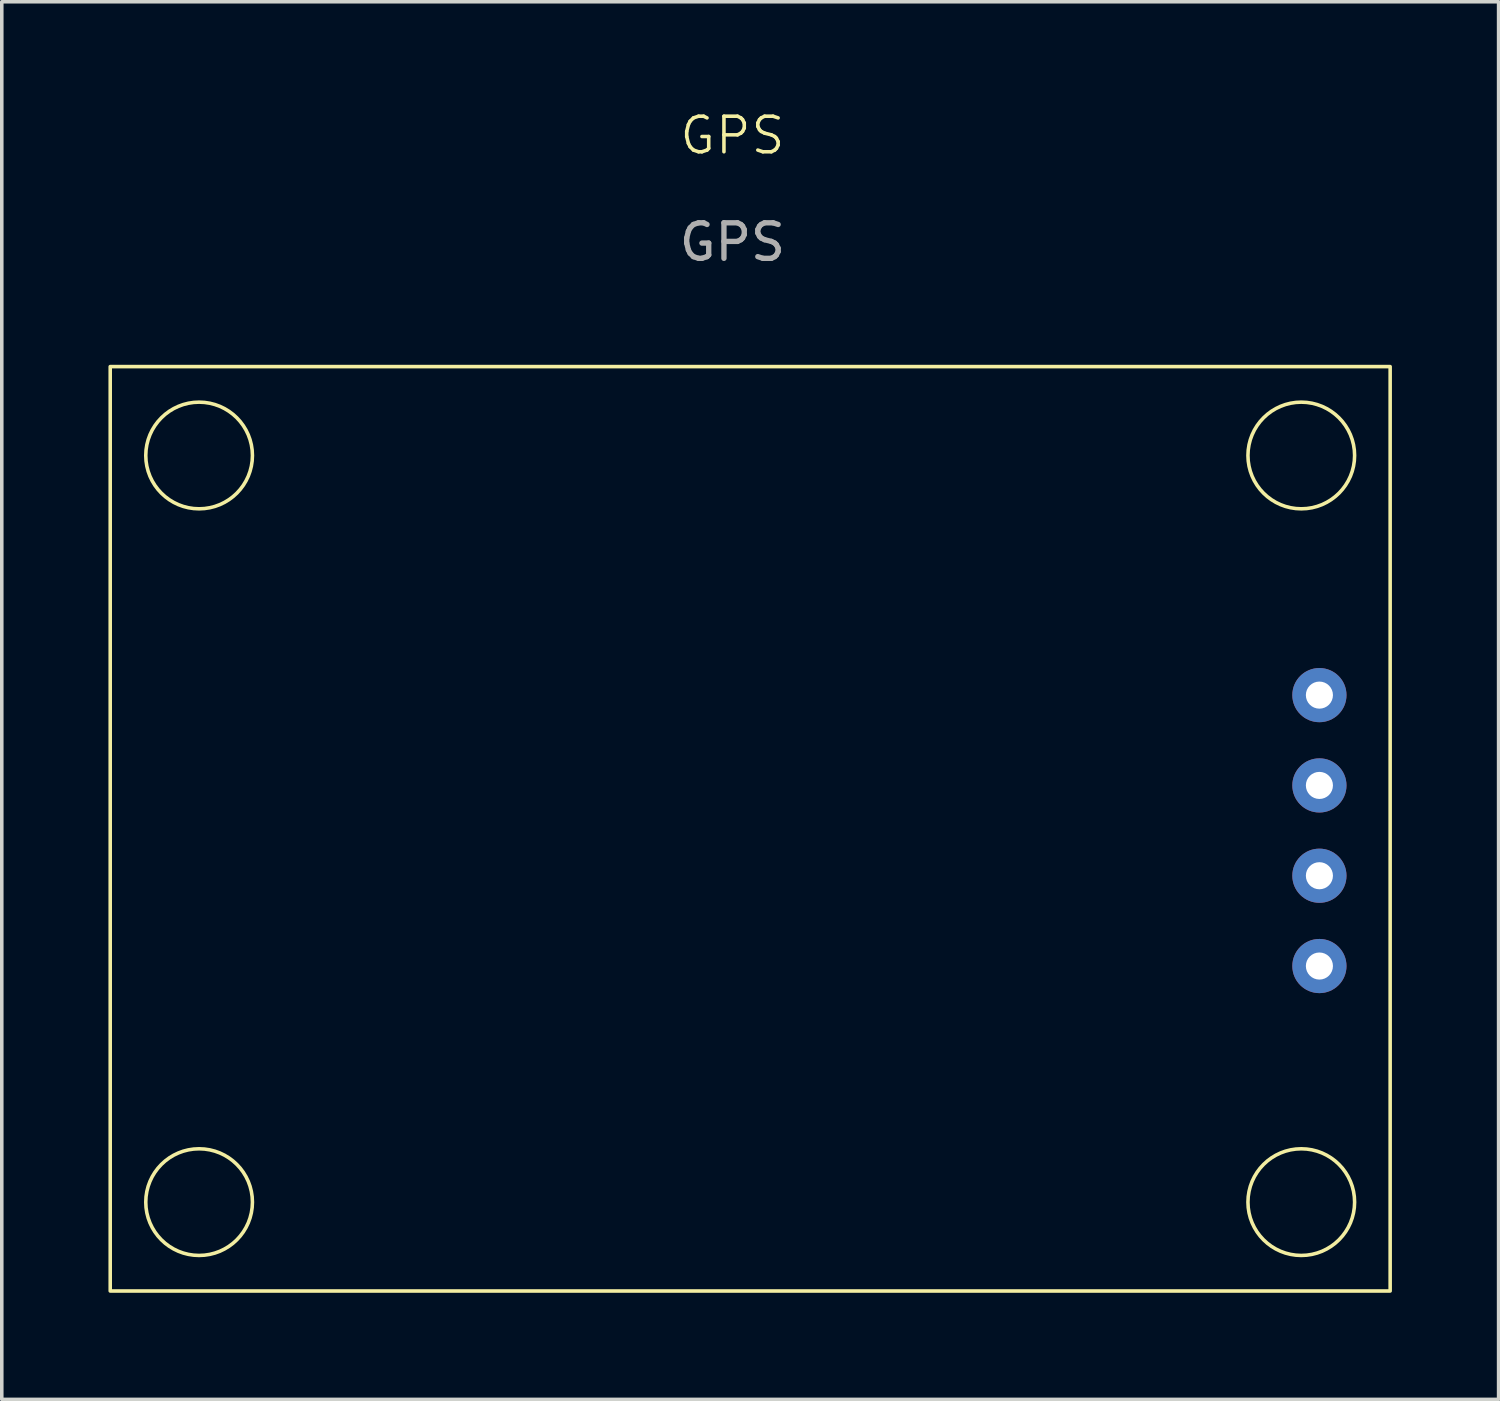
<source format=kicad_pcb>
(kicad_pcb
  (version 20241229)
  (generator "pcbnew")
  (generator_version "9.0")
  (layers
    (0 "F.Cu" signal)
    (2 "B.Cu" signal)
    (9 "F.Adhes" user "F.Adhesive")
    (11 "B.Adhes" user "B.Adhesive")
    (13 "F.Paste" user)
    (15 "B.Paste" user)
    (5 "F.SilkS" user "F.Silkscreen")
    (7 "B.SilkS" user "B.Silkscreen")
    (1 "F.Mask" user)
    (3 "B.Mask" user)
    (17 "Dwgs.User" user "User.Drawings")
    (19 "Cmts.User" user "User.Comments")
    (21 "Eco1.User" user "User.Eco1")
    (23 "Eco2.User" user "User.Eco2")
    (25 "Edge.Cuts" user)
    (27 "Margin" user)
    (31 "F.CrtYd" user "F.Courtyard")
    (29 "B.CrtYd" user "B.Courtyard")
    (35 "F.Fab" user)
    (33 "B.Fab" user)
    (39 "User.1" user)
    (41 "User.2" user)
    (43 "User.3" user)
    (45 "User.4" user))
  (footprint "GPS"
    (layer "F.Cu")
    (at 17.55 20.761)
    (property "Reference" "GPS" (at 0 -20 0) (unlocked yes) (layer "F.SilkS") (effects (font (size 1 1) (thickness 0.1))))
    (attr through_hole)
    (fp_rect (start 18.5 12.5) (end -17.5 -13.5) (stroke (width 0.1) (type default)) (fill no) (layer "F.SilkS"))
    (fp_circle (center -15 -11) (end -15 -12.5) (stroke (width 0.1) (type default)) (fill no) (layer "F.SilkS"))
    (fp_circle (center -15 10) (end -15 8.5) (stroke (width 0.1) (type default)) (fill no) (layer "F.SilkS"))
    (fp_circle (center 16 -11) (end 16 -12.5) (stroke (width 0.1) (type default)) (fill no) (layer "F.SilkS"))
    (fp_circle (center 16 10) (end 16 8.5) (stroke (width 0.1) (type default)) (fill no) (layer "F.SilkS"))
    (fp_text user "${REFERENCE}" (at 0 -17 0) (unlocked yes) (layer "F.Fab") (effects (font (size 1 1) (thickness 0.15))))
    (pad "1" thru_hole circle (at 16.51 -4.26) (size 1.524 1.524) (drill 0.762) (layers "*.Cu" "*.Mask"))
    (pad "2" thru_hole circle (at 16.51 -1.72) (size 1.524 1.524) (drill 0.762) (layers "*.Cu" "*.Mask"))
    (pad "3" thru_hole circle (at 16.51 0.82) (size 1.524 1.524) (drill 0.762) (layers "*.Cu" "*.Mask"))
    (pad "4" thru_hole circle (at 16.51 3.36) (size 1.524 1.524) (drill 0.762) (layers "*.Cu" "*.Mask")))
  (gr_rect
    (start -3 -3)
    (end 39.1 36.31)
    (stroke (width 0.1) (type default))
    (fill no)
    (layer "Edge.Cuts")))
</source>
